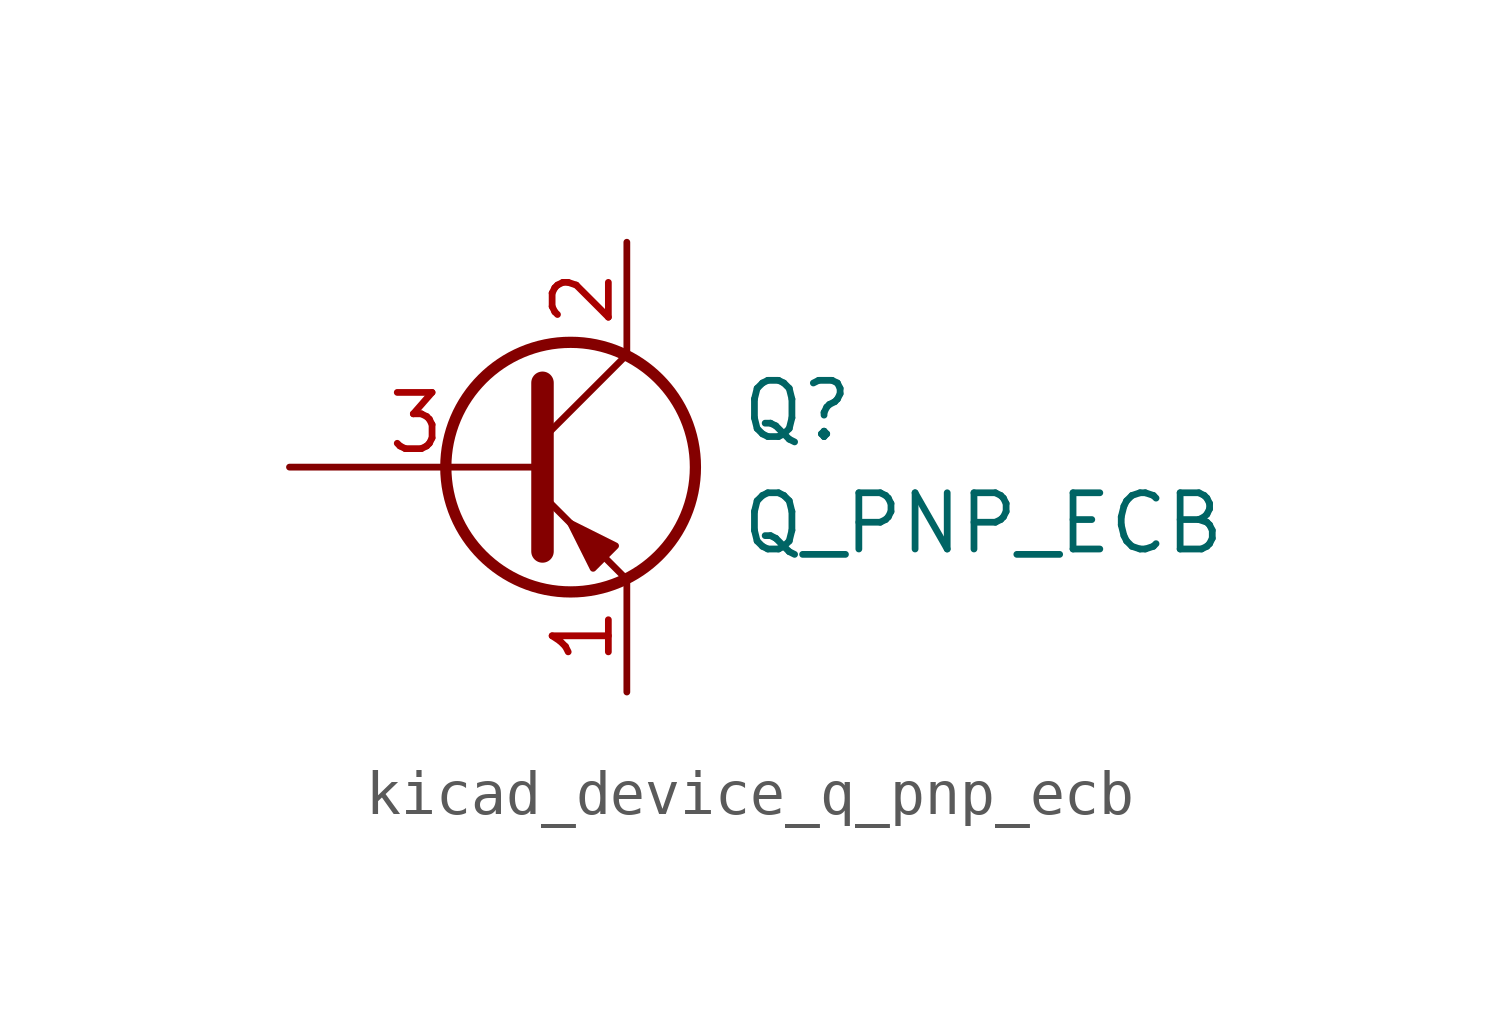
<source format=kicad_sym>
(kicad_symbol_lib
  (version 20220914)
  (generator kicad_symbol_editor)
  (symbol "kicad_device_q_pnp_ecb"
    (pin_names
      (offset 0) hide)
    (property "Reference" "Q"
      (at 5.08 1.27 0)
      (effects (font (size 1.27 1.27)) (justify left)))
    (property "Value" "Q_PNP_ECB"
      (at 5.08 -1.27 0)
      (effects (font (size 1.27 1.27)) (justify left)))
    (symbol "kicad_device_q_pnp_ecb_0_1"
      (polyline (pts (xy 0.635 0.635) (xy 2.54 2.54)) (stroke (width 0) (type default)) (fill (type none)))
      (polyline (pts (xy 0.635 -0.635) (xy 2.54 -2.54) (xy 2.54 -2.54)) (stroke (width 0) (type default)) (fill (type none)))
      (polyline (pts (xy 0.635 1.905) (xy 0.635 -1.905) (xy 0.635 -1.905)) (stroke (width 0.508) (type default)) (fill (type none)))
      (polyline (pts (xy 2.286 -1.778) (xy 1.778 -2.286) (xy 1.27 -1.27) (xy 2.286 -1.778) (xy 2.286 -1.778)) (stroke (width 0) (type default)) (fill (type outline)))
      (circle (center 1.27 0) (radius 2.819) (stroke (width 0.254) (type default)) (fill (type none))))
    (symbol "kicad_device_q_pnp_ecb_1_1"
      (pin passive line (at 2.54 -5.08 90) (length 2.54) (name "E" (effects (font (size 1.27 1.27)))) (number "1" (effects (font (size 1.27 1.27)))))
      (pin passive line (at 2.54 5.08 270) (length 2.54) (name "C" (effects (font (size 1.27 1.27)))) (number "2" (effects (font (size 1.27 1.27)))))
      (pin input line (at -5.08 0 0) (length 5.715) (name "B" (effects (font (size 1.27 1.27)))) (number "3" (effects (font (size 1.27 1.27))))))))
</source>
